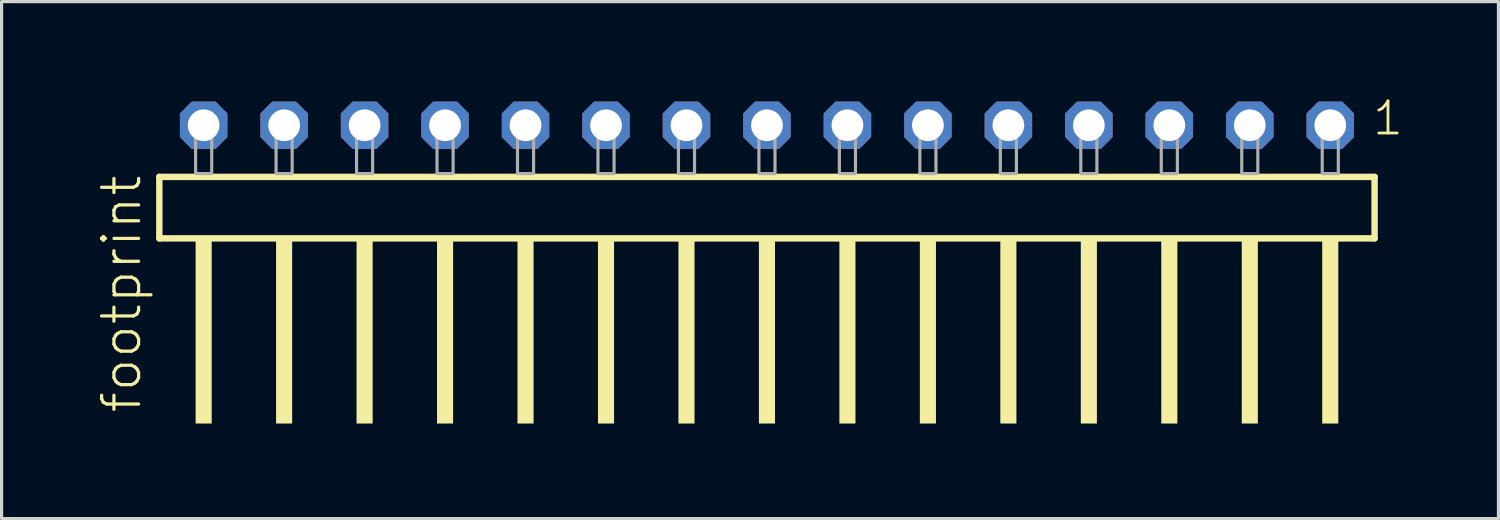
<source format=kicad_pcb>
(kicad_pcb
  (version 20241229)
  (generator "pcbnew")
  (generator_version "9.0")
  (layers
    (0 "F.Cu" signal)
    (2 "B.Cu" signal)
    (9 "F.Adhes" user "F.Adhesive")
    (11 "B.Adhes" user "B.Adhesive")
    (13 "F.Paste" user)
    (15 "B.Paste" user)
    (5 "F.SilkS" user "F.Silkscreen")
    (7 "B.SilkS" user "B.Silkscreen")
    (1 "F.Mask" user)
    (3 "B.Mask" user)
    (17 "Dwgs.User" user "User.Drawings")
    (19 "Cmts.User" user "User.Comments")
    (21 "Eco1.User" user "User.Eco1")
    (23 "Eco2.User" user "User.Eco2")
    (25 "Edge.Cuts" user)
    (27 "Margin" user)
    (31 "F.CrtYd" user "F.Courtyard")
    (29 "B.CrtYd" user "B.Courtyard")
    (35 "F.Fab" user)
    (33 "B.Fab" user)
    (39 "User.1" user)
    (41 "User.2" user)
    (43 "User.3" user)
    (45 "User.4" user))
  (footprint "footprint"
    (layer "F.Cu")
    (at 21.158 2.428)
    (property "Reference" "footprint" (at -19.685 7.62 90) (layer "F.SilkS") (effects (font (size 1.168 1.168) (thickness 0.102)) (justify left bottom)))
    (fp_line (start -19.179 0.106) (end -19.179 2.046) (stroke (width 0.203) (type solid)) (layer "F.SilkS"))
    (fp_line (start -19.179 2.046) (end 19.179 2.046) (stroke (width 0.203) (type solid)) (layer "F.SilkS"))
    (fp_line (start 19.179 0.106) (end -19.179 0.106) (stroke (width 0.203) (type solid)) (layer "F.SilkS"))
    (fp_line (start 19.179 2.046) (end 19.179 0.106) (stroke (width 0.203) (type solid)) (layer "F.SilkS"))
    (fp_poly (pts (xy -18.034 7.89) (xy -17.526 7.89) (xy -17.526 2.04) (xy -18.034 2.04)) (stroke (width 0) (type solid)) (fill yes) (layer "F.SilkS"))
    (fp_poly (pts (xy -15.494 7.89) (xy -14.986 7.89) (xy -14.986 2.04) (xy -15.494 2.04)) (stroke (width 0) (type solid)) (fill yes) (layer "F.SilkS"))
    (fp_poly (pts (xy -12.954 7.89) (xy -12.446 7.89) (xy -12.446 2.04) (xy -12.954 2.04)) (stroke (width 0) (type solid)) (fill yes) (layer "F.SilkS"))
    (fp_poly (pts (xy -10.414 7.89) (xy -9.906 7.89) (xy -9.906 2.04) (xy -10.414 2.04)) (stroke (width 0) (type solid)) (fill yes) (layer "F.SilkS"))
    (fp_poly (pts (xy -7.874 7.89) (xy -7.366 7.89) (xy -7.366 2.04) (xy -7.874 2.04)) (stroke (width 0) (type solid)) (fill yes) (layer "F.SilkS"))
    (fp_poly (pts (xy -5.334 7.89) (xy -4.826 7.89) (xy -4.826 2.04) (xy -5.334 2.04)) (stroke (width 0) (type solid)) (fill yes) (layer "F.SilkS"))
    (fp_poly (pts (xy -2.794 7.89) (xy -2.286 7.89) (xy -2.286 2.04) (xy -2.794 2.04)) (stroke (width 0) (type solid)) (fill yes) (layer "F.SilkS"))
    (fp_poly (pts (xy -0.254 7.89) (xy 0.254 7.89) (xy 0.254 2.04) (xy -0.254 2.04)) (stroke (width 0) (type solid)) (fill yes) (layer "F.SilkS"))
    (fp_poly (pts (xy 2.286 7.89) (xy 2.794 7.89) (xy 2.794 2.04) (xy 2.286 2.04)) (stroke (width 0) (type solid)) (fill yes) (layer "F.SilkS"))
    (fp_poly (pts (xy 4.826 7.89) (xy 5.334 7.89) (xy 5.334 2.04) (xy 4.826 2.04)) (stroke (width 0) (type solid)) (fill yes) (layer "F.SilkS"))
    (fp_poly (pts (xy 7.366 7.89) (xy 7.874 7.89) (xy 7.874 2.04) (xy 7.366 2.04)) (stroke (width 0) (type solid)) (fill yes) (layer "F.SilkS"))
    (fp_poly (pts (xy 9.906 7.89) (xy 10.414 7.89) (xy 10.414 2.04) (xy 9.906 2.04)) (stroke (width 0) (type solid)) (fill yes) (layer "F.SilkS"))
    (fp_poly (pts (xy 12.446 7.89) (xy 12.954 7.89) (xy 12.954 2.04) (xy 12.446 2.04)) (stroke (width 0) (type solid)) (fill yes) (layer "F.SilkS"))
    (fp_poly (pts (xy 14.986 7.89) (xy 15.494 7.89) (xy 15.494 2.04) (xy 14.986 2.04)) (stroke (width 0) (type solid)) (fill yes) (layer "F.SilkS"))
    (fp_poly (pts (xy 17.526 7.89) (xy 18.034 7.89) (xy 18.034 2.04) (xy 17.526 2.04)) (stroke (width 0) (type solid)) (fill yes) (layer "F.SilkS"))
    (fp_poly (pts (xy -18.034 0) (xy -17.526 0) (xy -17.526 -1.778) (xy -18.034 -1.778)) (stroke (width 0.1) (type solid)) (fill no) (layer "F.Fab"))
    (fp_poly (pts (xy -15.494 0) (xy -14.986 0) (xy -14.986 -1.778) (xy -15.494 -1.778)) (stroke (width 0.1) (type solid)) (fill no) (layer "F.Fab"))
    (fp_poly (pts (xy -12.954 0) (xy -12.446 0) (xy -12.446 -1.778) (xy -12.954 -1.778)) (stroke (width 0.1) (type solid)) (fill no) (layer "F.Fab"))
    (fp_poly (pts (xy -10.414 0) (xy -9.906 0) (xy -9.906 -1.778) (xy -10.414 -1.778)) (stroke (width 0.1) (type solid)) (fill no) (layer "F.Fab"))
    (fp_poly (pts (xy -7.874 0) (xy -7.366 0) (xy -7.366 -1.778) (xy -7.874 -1.778)) (stroke (width 0.1) (type solid)) (fill no) (layer "F.Fab"))
    (fp_poly (pts (xy -5.334 0) (xy -4.826 0) (xy -4.826 -1.778) (xy -5.334 -1.778)) (stroke (width 0.1) (type solid)) (fill no) (layer "F.Fab"))
    (fp_poly (pts (xy -2.794 0) (xy -2.286 0) (xy -2.286 -1.778) (xy -2.794 -1.778)) (stroke (width 0.1) (type solid)) (fill no) (layer "F.Fab"))
    (fp_poly (pts (xy -0.254 0) (xy 0.254 0) (xy 0.254 -1.778) (xy -0.254 -1.778)) (stroke (width 0.1) (type solid)) (fill no) (layer "F.Fab"))
    (fp_poly (pts (xy 2.286 0) (xy 2.794 0) (xy 2.794 -1.778) (xy 2.286 -1.778)) (stroke (width 0.1) (type solid)) (fill no) (layer "F.Fab"))
    (fp_poly (pts (xy 4.826 0) (xy 5.334 0) (xy 5.334 -1.778) (xy 4.826 -1.778)) (stroke (width 0.1) (type solid)) (fill no) (layer "F.Fab"))
    (fp_poly (pts (xy 7.366 0) (xy 7.874 0) (xy 7.874 -1.778) (xy 7.366 -1.778)) (stroke (width 0.1) (type solid)) (fill no) (layer "F.Fab"))
    (fp_poly (pts (xy 9.906 0) (xy 10.414 0) (xy 10.414 -1.778) (xy 9.906 -1.778)) (stroke (width 0.1) (type solid)) (fill no) (layer "F.Fab"))
    (fp_poly (pts (xy 12.446 0) (xy 12.954 0) (xy 12.954 -1.778) (xy 12.446 -1.778)) (stroke (width 0.1) (type solid)) (fill no) (layer "F.Fab"))
    (fp_poly (pts (xy 14.986 0) (xy 15.494 0) (xy 15.494 -1.778) (xy 14.986 -1.778)) (stroke (width 0.1) (type solid)) (fill no) (layer "F.Fab"))
    (fp_poly (pts (xy 17.526 0) (xy 18.034 0) (xy 18.034 -1.778) (xy 17.526 -1.778)) (stroke (width 0.1) (type solid)) (fill no) (layer "F.Fab"))
    (fp_text user "1" (at 19.062 -1.152 0) (layer "F.SilkS") (effects (font (size 1.012 1.012) (thickness 0.088)) (justify left bottom)))
    (pad "1" thru_hole roundrect (at 17.78 -1.524 180) (size 1.5 1.5) (drill 1) (layers "*.Cu" "*.Mask") (roundrect_rratio 0.25) (chamfer_ratio 0.25) (chamfer top_left top_right bottom_left bottom_right))
    (pad "2" thru_hole roundrect (at 15.24 -1.524 180) (size 1.5 1.5) (drill 1) (layers "*.Cu" "*.Mask") (roundrect_rratio 0.25) (chamfer_ratio 0.25) (chamfer top_left top_right bottom_left bottom_right))
    (pad "3" thru_hole roundrect (at 12.7 -1.524 180) (size 1.5 1.5) (drill 1) (layers "*.Cu" "*.Mask") (roundrect_rratio 0.25) (chamfer_ratio 0.25) (chamfer top_left top_right bottom_left bottom_right))
    (pad "4" thru_hole roundrect (at 10.16 -1.524 180) (size 1.5 1.5) (drill 1) (layers "*.Cu" "*.Mask") (roundrect_rratio 0.25) (chamfer_ratio 0.25) (chamfer top_left top_right bottom_left bottom_right))
    (pad "5" thru_hole roundrect (at 7.62 -1.524 180) (size 1.5 1.5) (drill 1) (layers "*.Cu" "*.Mask") (roundrect_rratio 0.25) (chamfer_ratio 0.25) (chamfer top_left top_right bottom_left bottom_right))
    (pad "6" thru_hole roundrect (at 5.08 -1.524 180) (size 1.5 1.5) (drill 1) (layers "*.Cu" "*.Mask") (roundrect_rratio 0.25) (chamfer_ratio 0.25) (chamfer top_left top_right bottom_left bottom_right))
    (pad "7" thru_hole roundrect (at 2.54 -1.524 180) (size 1.5 1.5) (drill 1) (layers "*.Cu" "*.Mask") (roundrect_rratio 0.25) (chamfer_ratio 0.25) (chamfer top_left top_right bottom_left bottom_right))
    (pad "8" thru_hole roundrect (at 0 -1.524 180) (size 1.5 1.5) (drill 1) (layers "*.Cu" "*.Mask") (roundrect_rratio 0.25) (chamfer_ratio 0.25) (chamfer top_left top_right bottom_left bottom_right))
    (pad "9" thru_hole roundrect (at -2.54 -1.524 180) (size 1.5 1.5) (drill 1) (layers "*.Cu" "*.Mask") (roundrect_rratio 0.25) (chamfer_ratio 0.25) (chamfer top_left top_right bottom_left bottom_right))
    (pad "10" thru_hole roundrect (at -5.08 -1.524 180) (size 1.5 1.5) (drill 1) (layers "*.Cu" "*.Mask") (roundrect_rratio 0.25) (chamfer_ratio 0.25) (chamfer top_left top_right bottom_left bottom_right))
    (pad "11" thru_hole roundrect (at -7.62 -1.524 180) (size 1.5 1.5) (drill 1) (layers "*.Cu" "*.Mask") (roundrect_rratio 0.25) (chamfer_ratio 0.25) (chamfer top_left top_right bottom_left bottom_right))
    (pad "12" thru_hole roundrect (at -10.16 -1.524 180) (size 1.5 1.5) (drill 1) (layers "*.Cu" "*.Mask") (roundrect_rratio 0.25) (chamfer_ratio 0.25) (chamfer top_left top_right bottom_left bottom_right))
    (pad "13" thru_hole roundrect (at -12.7 -1.524 180) (size 1.5 1.5) (drill 1) (layers "*.Cu" "*.Mask") (roundrect_rratio 0.25) (chamfer_ratio 0.25) (chamfer top_left top_right bottom_left bottom_right))
    (pad "14" thru_hole roundrect (at -15.24 -1.524 180) (size 1.5 1.5) (drill 1) (layers "*.Cu" "*.Mask") (roundrect_rratio 0.25) (chamfer_ratio 0.25) (chamfer top_left top_right bottom_left bottom_right))
    (pad "15" thru_hole roundrect (at -17.78 -1.524 180) (size 1.5 1.5) (drill 1) (layers "*.Cu" "*.Mask") (roundrect_rratio 0.25) (chamfer_ratio 0.25) (chamfer top_left top_right bottom_left bottom_right)))
  (gr_rect
    (start -3 -3)
    (end 44.246 13.318)
    (stroke (width 0.1) (type default))
    (fill no)
    (layer "Edge.Cuts")))
</source>
